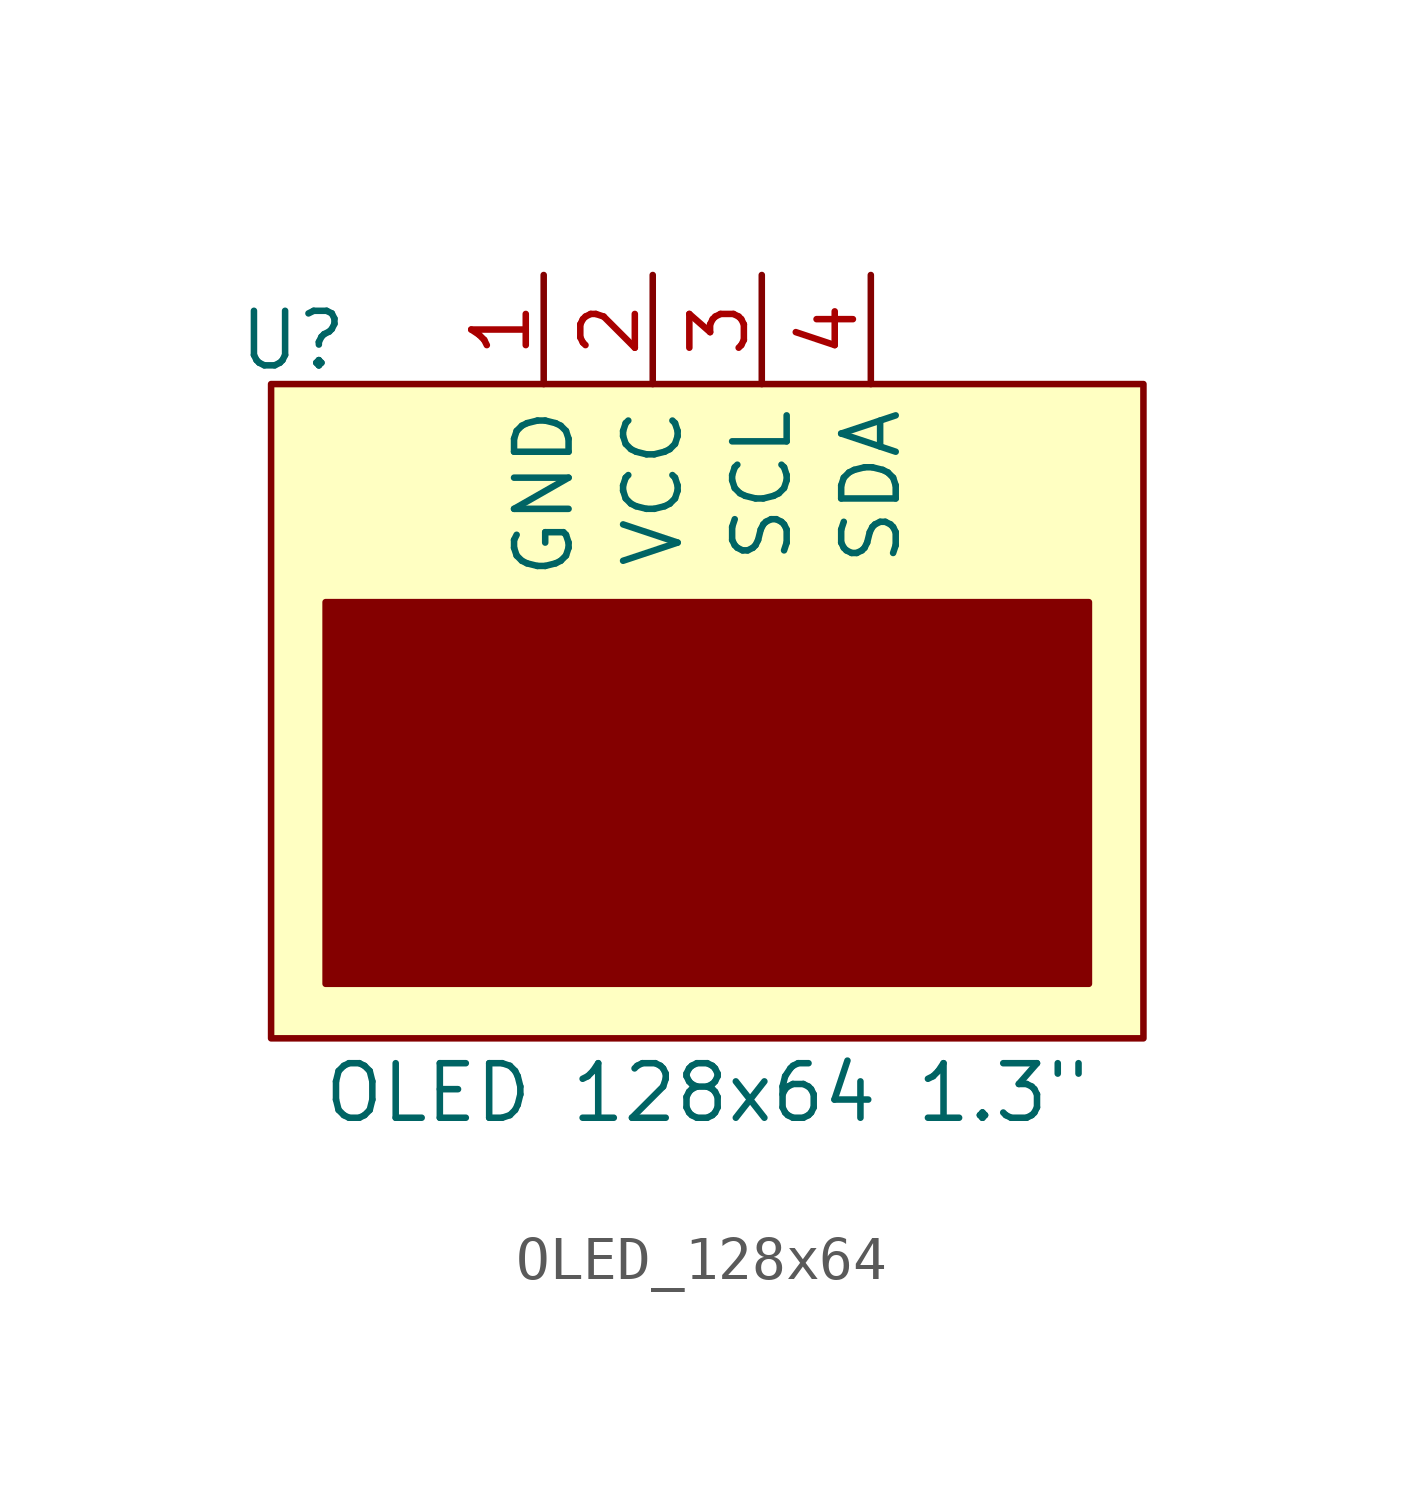
<source format=kicad_sym>
(kicad_symbol_lib
  (version 20231120)
  (generator "kicad_symbol_editor")
  (generator_version "8.0")
  (symbol "OLED_128x64"
    (property "Reference" "U"
      (at -9.652 8.636 0)
      (effects (font (size 1.27 1.27))))
    (property "Value" "OLED 128x64 1.3\""
      (at 0 -8.89 0)
      (effects (font (size 1.27 1.27))))
    (symbol "OLED_128x64_1_1"
      (rectangle (start -10.16 7.62) (end 10.16 -7.62) (stroke (width 0) (type default)) (fill (type background)))
      (rectangle (start -8.89 2.54) (end 8.89 -6.35) (stroke (width 0) (type default)) (fill (type outline)))
      (pin power_out line (at -3.81 10.16 270) (length 2.54) (name "GND" (effects (font (size 1.27 1.27)))) (number "1" (effects (font (size 1.27 1.27)))))
      (pin power_in line (at -1.27 10.16 270) (length 2.54) (name "VCC" (effects (font (size 1.27 1.27)))) (number "2" (effects (font (size 1.27 1.27)))))
      (pin input line (at 1.27 10.16 270) (length 2.54) (name "SCL" (effects (font (size 1.27 1.27)))) (number "3" (effects (font (size 1.27 1.27)))))
      (pin bidirectional line (at 3.81 10.16 270) (length 2.54) (name "SDA" (effects (font (size 1.27 1.27)))) (number "4" (effects (font (size 1.27 1.27))))))))
</source>
